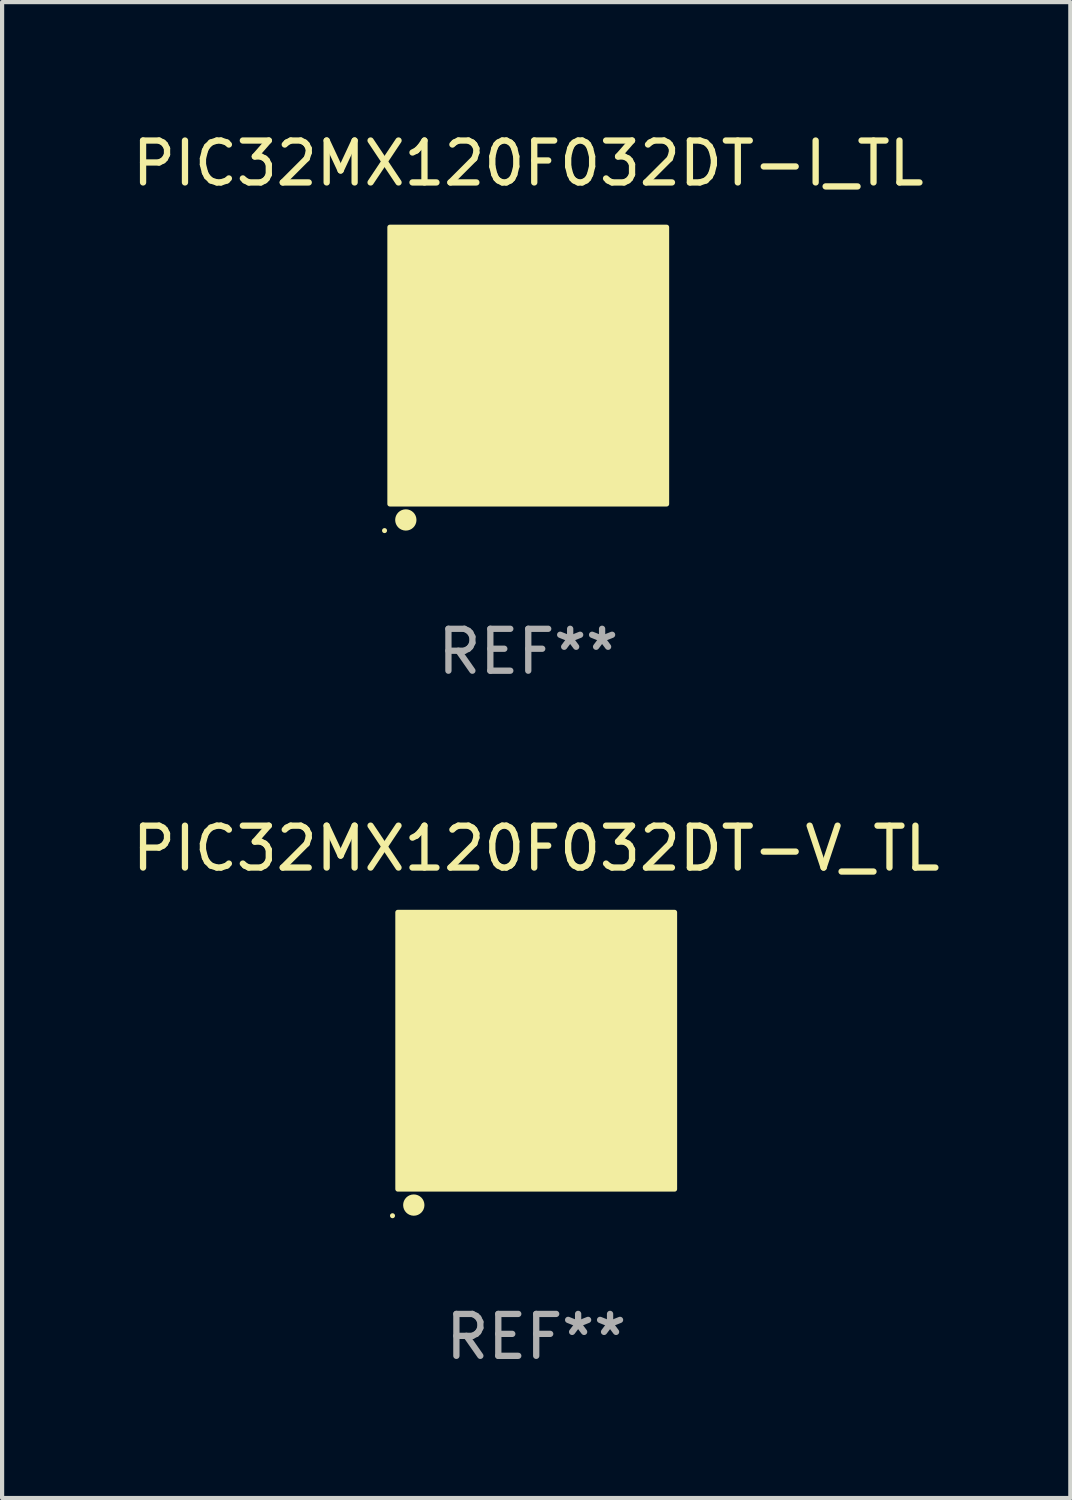
<source format=kicad_pcb>
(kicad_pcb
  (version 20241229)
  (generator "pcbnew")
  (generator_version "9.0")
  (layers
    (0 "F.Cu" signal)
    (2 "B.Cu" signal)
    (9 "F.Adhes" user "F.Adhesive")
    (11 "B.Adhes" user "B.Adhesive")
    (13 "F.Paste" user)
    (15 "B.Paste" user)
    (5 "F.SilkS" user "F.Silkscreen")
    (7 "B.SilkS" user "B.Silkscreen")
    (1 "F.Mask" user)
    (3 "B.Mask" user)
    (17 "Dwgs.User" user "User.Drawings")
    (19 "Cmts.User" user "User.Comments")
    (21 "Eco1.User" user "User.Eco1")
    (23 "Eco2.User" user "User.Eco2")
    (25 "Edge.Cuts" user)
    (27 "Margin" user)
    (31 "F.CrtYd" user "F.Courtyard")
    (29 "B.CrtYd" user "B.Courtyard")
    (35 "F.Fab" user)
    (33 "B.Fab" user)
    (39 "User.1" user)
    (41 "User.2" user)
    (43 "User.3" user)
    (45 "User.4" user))
  (footprint "PIC32MX120F032DT-V_TL"
    (layer "F.Cu")
    (at 9.744 22.02)
    (property "Reference" "PIC32MX120F032DT-V_TL" (at 0 -4.825 0) (layer "F.SilkS") (effects (font (size 1 1) (thickness 0.15))))
    (attr through_hole)
    (fp_circle (center -3.429 3.937) (end -3.399 3.937) (stroke (width 0.06) (type solid)) (fill no) (layer "F.SilkS"))
    (fp_circle (center -2.921 3.683) (end -2.794 3.683) (stroke (width 0.254) (type solid)) (fill no) (layer "F.SilkS"))
    (fp_poly (pts (xy -3.302 -3.302) (xy 3.302 -3.302) (xy 3.302 3.302) (xy -3.302 3.302)) (stroke (width 0.12) (type solid)) (fill yes) (layer "F.SilkS"))
    (fp_text user "REF**" (at 0 6.825 0) (layer "F.Fab") (effects (font (size 1 1) (thickness 0.15))))
    (pad "1" smd rect (at -2.25 2.825) (size 0.3 0.45) (layers "F.Cu" "F.Mask" "F.Paste"))
    (pad "2" smd rect (at -1.75 2.825) (size 0.3 0.45) (layers "F.Cu" "F.Mask" "F.Paste"))
    (pad "3" smd rect (at -1.25 2.825) (size 0.3 0.45) (layers "F.Cu" "F.Mask" "F.Paste"))
    (pad "4" smd rect (at -0.75 2.825) (size 0.3 0.45) (layers "F.Cu" "F.Mask" "F.Paste"))
    (pad "5" smd rect (at -0.25 2.825) (size 0.3 0.45) (layers "F.Cu" "F.Mask" "F.Paste"))
    (pad "6" smd rect (at 0.25 2.825) (size 0.3 0.45) (layers "F.Cu" "F.Mask" "F.Paste"))
    (pad "7" smd rect (at 0.75 2.825) (size 0.3 0.45) (layers "F.Cu" "F.Mask" "F.Paste"))
    (pad "8" smd rect (at 1.25 2.825) (size 0.3 0.45) (layers "F.Cu" "F.Mask" "F.Paste"))
    (pad "9" smd rect (at 1.75 2.825) (size 0.3 0.45) (layers "F.Cu" "F.Mask" "F.Paste"))
    (pad "10" smd rect (at 2.25 2.825) (size 0.3 0.45) (layers "F.Cu" "F.Mask" "F.Paste"))
    (pad "11" smd rect (at 2.825 2.825 90) (size 0.45 0.45) (layers "F.Cu" "F.Mask" "F.Paste"))
    (pad "12" smd rect (at 2.825 2.25 90) (size 0.3 0.45) (layers "F.Cu" "F.Mask" "F.Paste"))
    (pad "13" smd rect (at 2.825 1.75 90) (size 0.3 0.45) (layers "F.Cu" "F.Mask" "F.Paste"))
    (pad "14" smd rect (at 2.825 1.25 90) (size 0.3 0.45) (layers "F.Cu" "F.Mask" "F.Paste"))
    (pad "15" smd rect (at 2.825 0.75 90) (size 0.3 0.45) (layers "F.Cu" "F.Mask" "F.Paste"))
    (pad "16" smd rect (at 2.825 0.25 90) (size 0.3 0.45) (layers "F.Cu" "F.Mask" "F.Paste"))
    (pad "17" smd rect (at 2.825 -0.25 90) (size 0.3 0.45) (layers "F.Cu" "F.Mask" "F.Paste"))
    (pad "18" smd rect (at 2.825 -0.75 90) (size 0.3 0.45) (layers "F.Cu" "F.Mask" "F.Paste"))
    (pad "19" smd rect (at 2.825 -1.25 90) (size 0.3 0.45) (layers "F.Cu" "F.Mask" "F.Paste"))
    (pad "20" smd rect (at 2.825 -1.75 90) (size 0.3 0.45) (layers "F.Cu" "F.Mask" "F.Paste"))
    (pad "21" smd rect (at 2.825 -2.25 90) (size 0.3 0.45) (layers "F.Cu" "F.Mask" "F.Paste"))
    (pad "22" smd rect (at 2.825 -2.825 90) (size 0.45 0.45) (layers "F.Cu" "F.Mask" "F.Paste"))
    (pad "23" smd rect (at 2.25 -2.825) (size 0.3 0.45) (layers "F.Cu" "F.Mask" "F.Paste"))
    (pad "24" smd rect (at 1.75 -2.825) (size 0.3 0.45) (layers "F.Cu" "F.Mask" "F.Paste"))
    (pad "25" smd rect (at 1.25 -2.825) (size 0.3 0.45) (layers "F.Cu" "F.Mask" "F.Paste"))
    (pad "26" smd rect (at 0.75 -2.825) (size 0.3 0.45) (layers "F.Cu" "F.Mask" "F.Paste"))
    (pad "27" smd rect (at 0.25 -2.825) (size 0.3 0.45) (layers "F.Cu" "F.Mask" "F.Paste"))
    (pad "28" smd rect (at -0.25 -2.825) (size 0.3 0.45) (layers "F.Cu" "F.Mask" "F.Paste"))
    (pad "29" smd rect (at -0.75 -2.825) (size 0.3 0.45) (layers "F.Cu" "F.Mask" "F.Paste"))
    (pad "30" smd rect (at -1.25 -2.825) (size 0.3 0.45) (layers "F.Cu" "F.Mask" "F.Paste"))
    (pad "31" smd rect (at -1.75 -2.825) (size 0.3 0.45) (layers "F.Cu" "F.Mask" "F.Paste"))
    (pad "32" smd rect (at -2.25 -2.825) (size 0.3 0.45) (layers "F.Cu" "F.Mask" "F.Paste"))
    (pad "33" smd rect (at -2.825 -2.825 90) (size 0.45 0.45) (layers "F.Cu" "F.Mask" "F.Paste"))
    (pad "34" smd rect (at -2.825 -2.25 90) (size 0.3 0.45) (layers "F.Cu" "F.Mask" "F.Paste"))
    (pad "35" smd rect (at -2.825 -1.75 90) (size 0.3 0.45) (layers "F.Cu" "F.Mask" "F.Paste"))
    (pad "36" smd rect (at -2.825 -1.25 90) (size 0.3 0.45) (layers "F.Cu" "F.Mask" "F.Paste"))
    (pad "37" smd rect (at -2.825 -0.75 90) (size 0.3 0.45) (layers "F.Cu" "F.Mask" "F.Paste"))
    (pad "38" smd rect (at -2.825 -0.25 90) (size 0.3 0.45) (layers "F.Cu" "F.Mask" "F.Paste"))
    (pad "39" smd rect (at -2.825 0.25 90) (size 0.3 0.45) (layers "F.Cu" "F.Mask" "F.Paste"))
    (pad "40" smd rect (at -2.825 0.75 90) (size 0.3 0.45) (layers "F.Cu" "F.Mask" "F.Paste"))
    (pad "41" smd rect (at -2.825 1.25 90) (size 0.3 0.45) (layers "F.Cu" "F.Mask" "F.Paste"))
    (pad "42" smd rect (at -2.825 1.75 90) (size 0.3 0.45) (layers "F.Cu" "F.Mask" "F.Paste"))
    (pad "43" smd rect (at -2.825 2.25 90) (size 0.3 0.45) (layers "F.Cu" "F.Mask" "F.Paste"))
    (pad "44" smd rect (at -2.825 2.825 90) (size 0.45 0.45) (layers "F.Cu" "F.Mask" "F.Paste"))
    (pad "45" smd rect (at 0 0 90) (size 4.6 4.6) (layers "F.Cu" "F.Mask" "F.Paste")))
  (footprint "PIC32MX120F032DT-I_TL"
    (layer "F.Cu")
    (at 9.554 5.673)
    (property "Reference" "PIC32MX120F032DT-I_TL" (at 0 -4.825 0) (layer "F.SilkS") (effects (font (size 1 1) (thickness 0.15))))
    (attr through_hole)
    (fp_circle (center -3.429 3.937) (end -3.399 3.937) (stroke (width 0.06) (type solid)) (fill no) (layer "F.SilkS"))
    (fp_circle (center -2.921 3.683) (end -2.794 3.683) (stroke (width 0.254) (type solid)) (fill no) (layer "F.SilkS"))
    (fp_poly (pts (xy -3.302 -3.302) (xy 3.302 -3.302) (xy 3.302 3.302) (xy -3.302 3.302)) (stroke (width 0.12) (type solid)) (fill yes) (layer "F.SilkS"))
    (fp_text user "REF**" (at 0 6.825 0) (layer "F.Fab") (effects (font (size 1 1) (thickness 0.15))))
    (pad "1" smd rect (at -2.25 2.825) (size 0.3 0.45) (layers "F.Cu" "F.Mask" "F.Paste"))
    (pad "2" smd rect (at -1.75 2.825) (size 0.3 0.45) (layers "F.Cu" "F.Mask" "F.Paste"))
    (pad "3" smd rect (at -1.25 2.825) (size 0.3 0.45) (layers "F.Cu" "F.Mask" "F.Paste"))
    (pad "4" smd rect (at -0.75 2.825) (size 0.3 0.45) (layers "F.Cu" "F.Mask" "F.Paste"))
    (pad "5" smd rect (at -0.25 2.825) (size 0.3 0.45) (layers "F.Cu" "F.Mask" "F.Paste"))
    (pad "6" smd rect (at 0.25 2.825) (size 0.3 0.45) (layers "F.Cu" "F.Mask" "F.Paste"))
    (pad "7" smd rect (at 0.75 2.825) (size 0.3 0.45) (layers "F.Cu" "F.Mask" "F.Paste"))
    (pad "8" smd rect (at 1.25 2.825) (size 0.3 0.45) (layers "F.Cu" "F.Mask" "F.Paste"))
    (pad "9" smd rect (at 1.75 2.825) (size 0.3 0.45) (layers "F.Cu" "F.Mask" "F.Paste"))
    (pad "10" smd rect (at 2.25 2.825) (size 0.3 0.45) (layers "F.Cu" "F.Mask" "F.Paste"))
    (pad "11" smd rect (at 2.825 2.825 90) (size 0.45 0.45) (layers "F.Cu" "F.Mask" "F.Paste"))
    (pad "12" smd rect (at 2.825 2.25 90) (size 0.3 0.45) (layers "F.Cu" "F.Mask" "F.Paste"))
    (pad "13" smd rect (at 2.825 1.75 90) (size 0.3 0.45) (layers "F.Cu" "F.Mask" "F.Paste"))
    (pad "14" smd rect (at 2.825 1.25 90) (size 0.3 0.45) (layers "F.Cu" "F.Mask" "F.Paste"))
    (pad "15" smd rect (at 2.825 0.75 90) (size 0.3 0.45) (layers "F.Cu" "F.Mask" "F.Paste"))
    (pad "16" smd rect (at 2.825 0.25 90) (size 0.3 0.45) (layers "F.Cu" "F.Mask" "F.Paste"))
    (pad "17" smd rect (at 2.825 -0.25 90) (size 0.3 0.45) (layers "F.Cu" "F.Mask" "F.Paste"))
    (pad "18" smd rect (at 2.825 -0.75 90) (size 0.3 0.45) (layers "F.Cu" "F.Mask" "F.Paste"))
    (pad "19" smd rect (at 2.825 -1.25 90) (size 0.3 0.45) (layers "F.Cu" "F.Mask" "F.Paste"))
    (pad "20" smd rect (at 2.825 -1.75 90) (size 0.3 0.45) (layers "F.Cu" "F.Mask" "F.Paste"))
    (pad "21" smd rect (at 2.825 -2.25 90) (size 0.3 0.45) (layers "F.Cu" "F.Mask" "F.Paste"))
    (pad "22" smd rect (at 2.825 -2.825 90) (size 0.45 0.45) (layers "F.Cu" "F.Mask" "F.Paste"))
    (pad "23" smd rect (at 2.25 -2.825) (size 0.3 0.45) (layers "F.Cu" "F.Mask" "F.Paste"))
    (pad "24" smd rect (at 1.75 -2.825) (size 0.3 0.45) (layers "F.Cu" "F.Mask" "F.Paste"))
    (pad "25" smd rect (at 1.25 -2.825) (size 0.3 0.45) (layers "F.Cu" "F.Mask" "F.Paste"))
    (pad "26" smd rect (at 0.75 -2.825) (size 0.3 0.45) (layers "F.Cu" "F.Mask" "F.Paste"))
    (pad "27" smd rect (at 0.25 -2.825) (size 0.3 0.45) (layers "F.Cu" "F.Mask" "F.Paste"))
    (pad "28" smd rect (at -0.25 -2.825) (size 0.3 0.45) (layers "F.Cu" "F.Mask" "F.Paste"))
    (pad "29" smd rect (at -0.75 -2.825) (size 0.3 0.45) (layers "F.Cu" "F.Mask" "F.Paste"))
    (pad "30" smd rect (at -1.25 -2.825) (size 0.3 0.45) (layers "F.Cu" "F.Mask" "F.Paste"))
    (pad "31" smd rect (at -1.75 -2.825) (size 0.3 0.45) (layers "F.Cu" "F.Mask" "F.Paste"))
    (pad "32" smd rect (at -2.25 -2.825) (size 0.3 0.45) (layers "F.Cu" "F.Mask" "F.Paste"))
    (pad "33" smd rect (at -2.825 -2.825 90) (size 0.45 0.45) (layers "F.Cu" "F.Mask" "F.Paste"))
    (pad "34" smd rect (at -2.825 -2.25 90) (size 0.3 0.45) (layers "F.Cu" "F.Mask" "F.Paste"))
    (pad "35" smd rect (at -2.825 -1.75 90) (size 0.3 0.45) (layers "F.Cu" "F.Mask" "F.Paste"))
    (pad "36" smd rect (at -2.825 -1.25 90) (size 0.3 0.45) (layers "F.Cu" "F.Mask" "F.Paste"))
    (pad "37" smd rect (at -2.825 -0.75 90) (size 0.3 0.45) (layers "F.Cu" "F.Mask" "F.Paste"))
    (pad "38" smd rect (at -2.825 -0.25 90) (size 0.3 0.45) (layers "F.Cu" "F.Mask" "F.Paste"))
    (pad "39" smd rect (at -2.825 0.25 90) (size 0.3 0.45) (layers "F.Cu" "F.Mask" "F.Paste"))
    (pad "40" smd rect (at -2.825 0.75 90) (size 0.3 0.45) (layers "F.Cu" "F.Mask" "F.Paste"))
    (pad "41" smd rect (at -2.825 1.25 90) (size 0.3 0.45) (layers "F.Cu" "F.Mask" "F.Paste"))
    (pad "42" smd rect (at -2.825 1.75 90) (size 0.3 0.45) (layers "F.Cu" "F.Mask" "F.Paste"))
    (pad "43" smd rect (at -2.825 2.25 90) (size 0.3 0.45) (layers "F.Cu" "F.Mask" "F.Paste"))
    (pad "44" smd rect (at -2.825 2.825 90) (size 0.45 0.45) (layers "F.Cu" "F.Mask" "F.Paste"))
    (pad "45" smd rect (at 0 0 90) (size 4.6 4.6) (layers "F.Cu" "F.Mask" "F.Paste")))
  (gr_rect
    (start -3 -3)
    (end 22.488 32.693)
    (stroke (width 0.1) (type default))
    (fill no)
    (layer "Edge.Cuts")))
</source>
